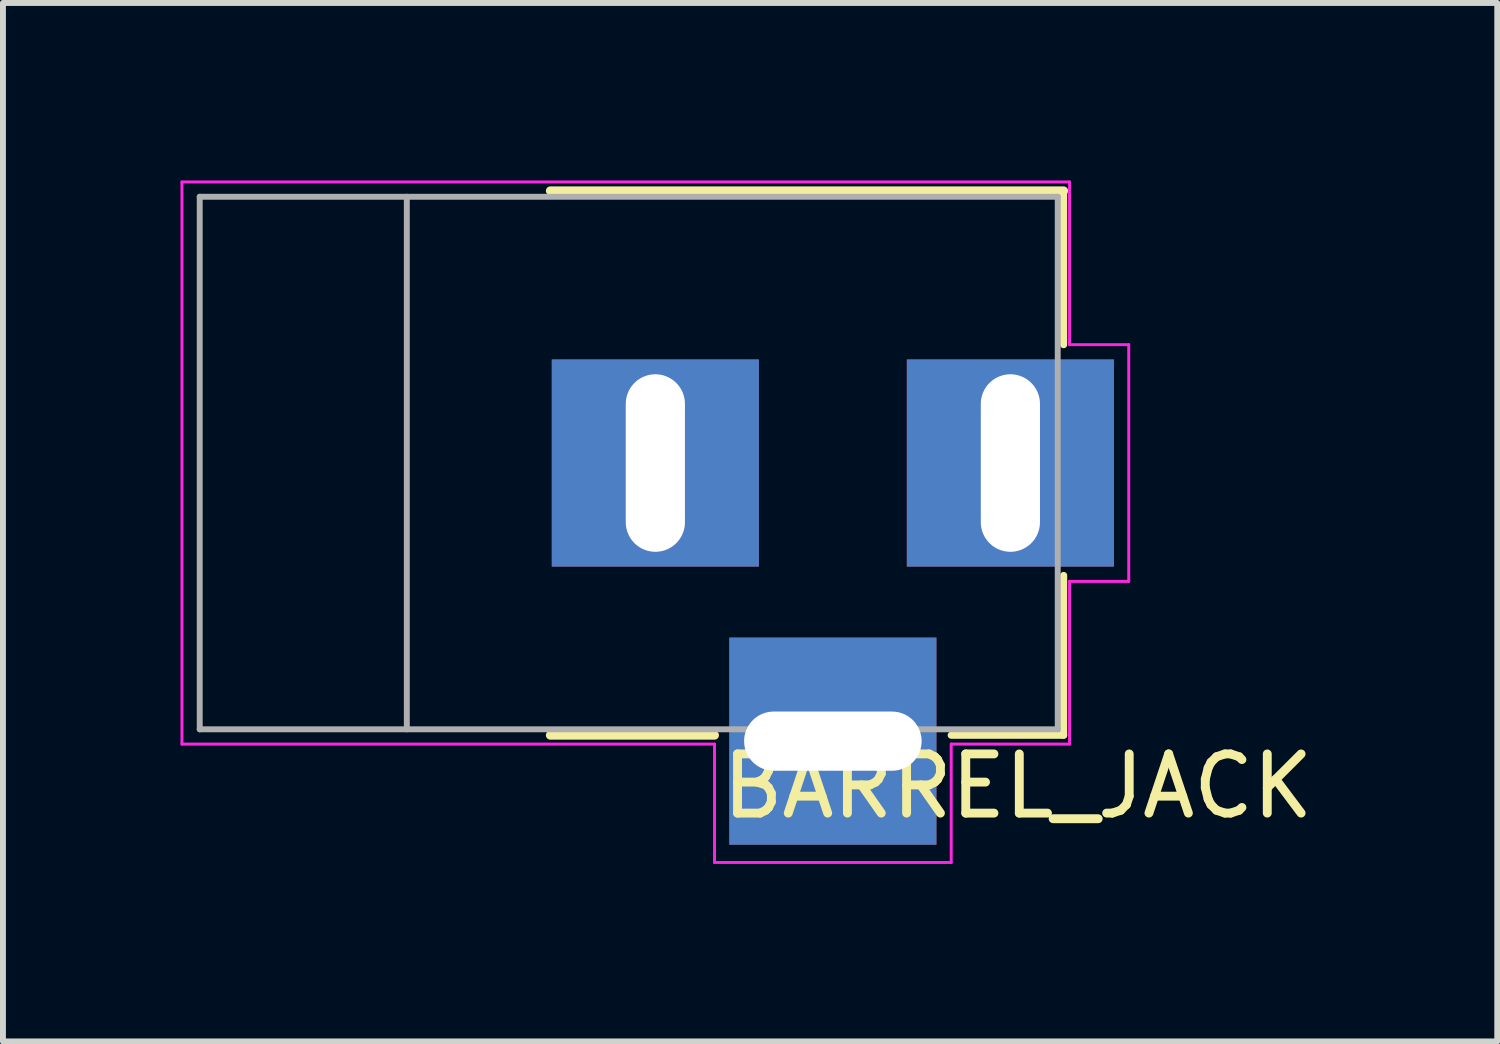
<source format=kicad_pcb>
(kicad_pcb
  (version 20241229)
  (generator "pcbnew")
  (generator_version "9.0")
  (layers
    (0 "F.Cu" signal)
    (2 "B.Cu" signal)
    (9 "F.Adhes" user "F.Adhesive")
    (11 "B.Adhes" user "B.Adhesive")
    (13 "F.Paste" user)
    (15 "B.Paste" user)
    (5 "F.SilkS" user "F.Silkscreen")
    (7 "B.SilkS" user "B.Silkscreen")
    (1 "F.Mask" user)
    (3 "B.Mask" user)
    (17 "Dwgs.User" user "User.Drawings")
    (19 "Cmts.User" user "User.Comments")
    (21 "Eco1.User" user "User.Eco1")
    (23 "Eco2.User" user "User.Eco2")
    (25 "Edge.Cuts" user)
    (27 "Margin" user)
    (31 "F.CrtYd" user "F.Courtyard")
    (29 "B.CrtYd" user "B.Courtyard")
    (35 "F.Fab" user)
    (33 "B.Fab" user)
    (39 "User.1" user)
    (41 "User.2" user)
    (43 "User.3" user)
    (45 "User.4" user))
  (footprint "BARREL_JACK"
    (layer "F.Cu")
    (at 14.025 4.775)
    (property "Reference" "BARREL_JACK" (at 0.127 5.461 0) (layer "F.SilkS") (effects (font (size 1 1) (thickness 0.15))))
    (attr through_hole)
    (fp_line (start -7.775 4.6) (end -5 4.6) (stroke (width 0.15) (type solid)) (layer "F.SilkS"))
    (fp_line (start 0.9 -4.6) (end -7.775 -4.6) (stroke (width 0.15) (type solid)) (layer "F.SilkS"))
    (fp_line (start 0.9 -4.6) (end 0.9 -2) (stroke (width 0.12) (type solid)) (layer "F.SilkS"))
    (fp_line (start 0.9 1.9) (end 0.9 4.6) (stroke (width 0.12) (type solid)) (layer "F.SilkS"))
    (fp_line (start 0.9 4.6) (end -1 4.6) (stroke (width 0.12) (type solid)) (layer "F.SilkS"))
    (fp_line (start -14 4.75) (end -14 -4.75) (stroke (width 0.05) (type solid)) (layer "F.CrtYd"))
    (fp_line (start -5 4.75) (end -14 4.75) (stroke (width 0.05) (type solid)) (layer "F.CrtYd"))
    (fp_line (start -5 6.75) (end -5 4.75) (stroke (width 0.05) (type solid)) (layer "F.CrtYd"))
    (fp_line (start -1 4.75) (end -1 6.75) (stroke (width 0.05) (type solid)) (layer "F.CrtYd"))
    (fp_line (start -1 6.75) (end -5 6.75) (stroke (width 0.05) (type solid)) (layer "F.CrtYd"))
    (fp_line (start 1 -4.75) (end -14 -4.75) (stroke (width 0.05) (type solid)) (layer "F.CrtYd"))
    (fp_line (start 1 -4.5) (end 1 -4.75) (stroke (width 0.05) (type solid)) (layer "F.CrtYd"))
    (fp_line (start 1 -4.5) (end 1 -2) (stroke (width 0.05) (type solid)) (layer "F.CrtYd"))
    (fp_line (start 1 -2) (end 2 -2) (stroke (width 0.05) (type solid)) (layer "F.CrtYd"))
    (fp_line (start 1 2) (end 1 4.75) (stroke (width 0.05) (type solid)) (layer "F.CrtYd"))
    (fp_line (start 1 4.75) (end -1 4.75) (stroke (width 0.05) (type solid)) (layer "F.CrtYd"))
    (fp_line (start 2 -2) (end 2 2) (stroke (width 0.05) (type solid)) (layer "F.CrtYd"))
    (fp_line (start 2 2) (end 1 2) (stroke (width 0.05) (type solid)) (layer "F.CrtYd"))
    (fp_line (start -13.7 -4.5) (end -13.7 4.5) (stroke (width 0.1) (type solid)) (layer "F.Fab"))
    (fp_line (start -13.7 4.5) (end 0.8 4.5) (stroke (width 0.1) (type solid)) (layer "F.Fab"))
    (fp_line (start -10.2 -4.5) (end -10.2 4.5) (stroke (width 0.1) (type solid)) (layer "F.Fab"))
    (fp_line (start 0.8 -4.5) (end -13.7 -4.5) (stroke (width 0.1) (type solid)) (layer "F.Fab"))
    (fp_line (start 0.8 4.5) (end 0.8 -4.5) (stroke (width 0.1) (type solid)) (layer "F.Fab"))
    (pad "1" thru_hole rect (at 0 0) (size 3.5 3.5) (drill oval 1 3) (layers "*.Cu" "*.Mask"))
    (pad "2" thru_hole rect (at -6 0) (size 3.5 3.5) (drill oval 1 3) (layers "*.Cu" "*.Mask"))
    (pad "3" thru_hole rect (at -3 4.7) (size 3.5 3.5) (drill oval 3 1) (layers "*.Cu" "*.Mask")))
  (gr_rect
    (start -3 -3)
    (end 22.253 14.55)
    (stroke (width 0.1) (type default))
    (fill no)
    (layer "Edge.Cuts")))
</source>
